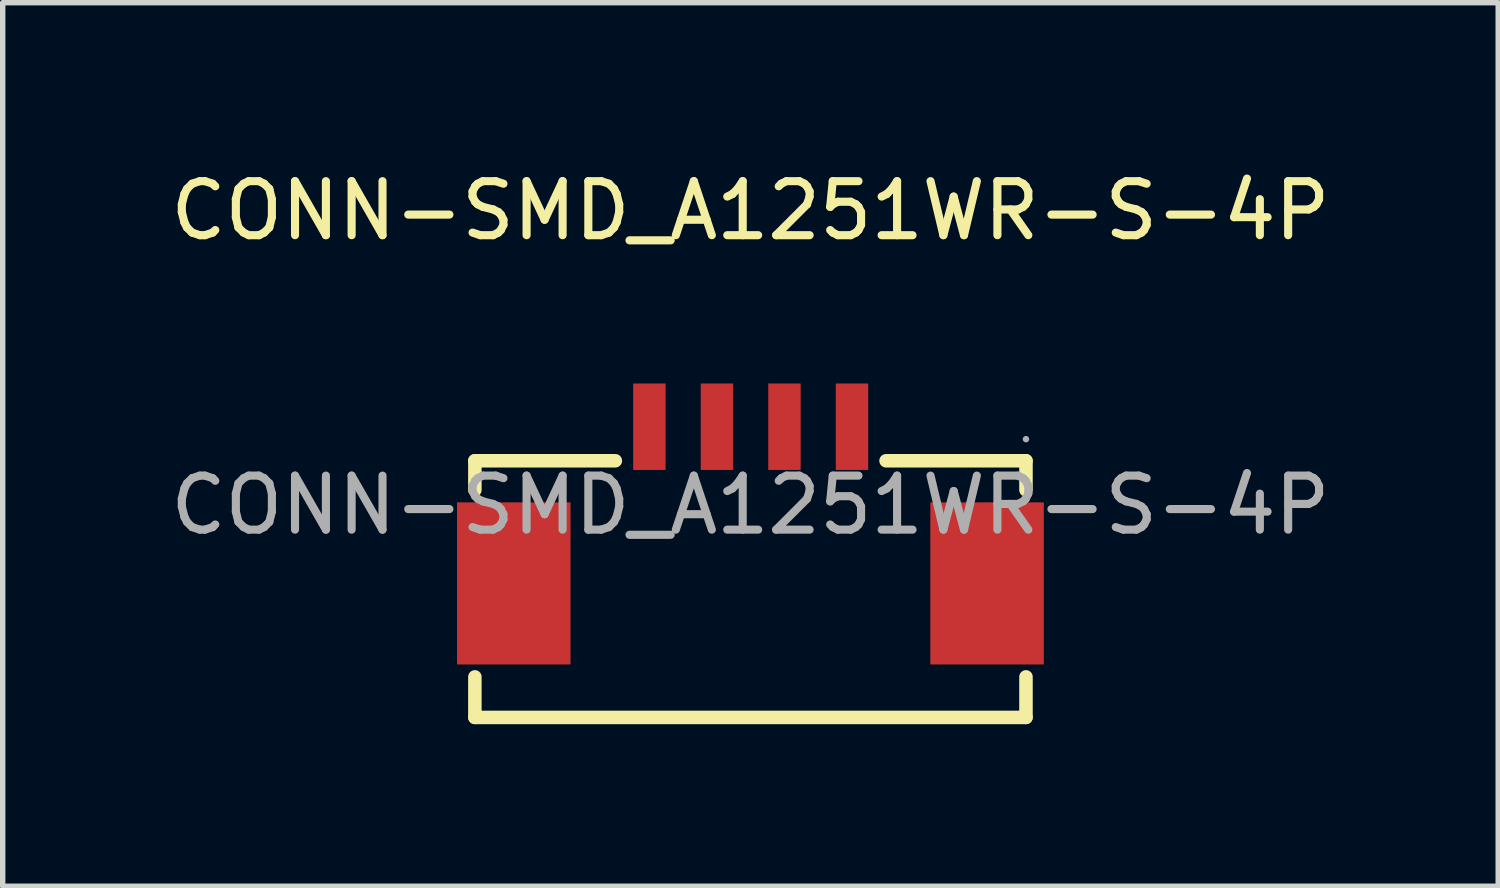
<source format=kicad_pcb>
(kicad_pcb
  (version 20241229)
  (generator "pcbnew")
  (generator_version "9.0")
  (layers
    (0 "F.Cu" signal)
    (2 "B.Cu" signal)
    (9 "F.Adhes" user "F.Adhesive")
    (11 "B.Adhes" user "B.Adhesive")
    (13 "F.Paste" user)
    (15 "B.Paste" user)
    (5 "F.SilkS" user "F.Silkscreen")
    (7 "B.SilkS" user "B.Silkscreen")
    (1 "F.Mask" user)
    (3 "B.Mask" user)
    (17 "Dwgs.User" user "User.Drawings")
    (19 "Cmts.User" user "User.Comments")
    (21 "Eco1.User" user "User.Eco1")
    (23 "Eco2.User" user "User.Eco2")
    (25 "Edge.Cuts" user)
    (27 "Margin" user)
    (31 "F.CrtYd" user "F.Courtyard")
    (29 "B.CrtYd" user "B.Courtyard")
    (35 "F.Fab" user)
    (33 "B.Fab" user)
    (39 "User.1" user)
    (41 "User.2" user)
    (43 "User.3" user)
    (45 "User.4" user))
  (footprint "CONN-SMD_A1251WR-S-4P"
    (layer "F.Cu")
    (at 10.839 6.298)
    (property "Reference" "CONN-SMD_A1251WR-S-4P" (at 0 -5.45 0) (layer "F.SilkS") (effects (font (size 1 1) (thickness 0.15))))
    (attr smd)
    (fp_line (start -5.1 -0.82) (end -2.5 -0.82) (stroke (width 0.25) (type solid)) (layer "F.SilkS"))
    (fp_line (start -5.1 -0.28) (end -5.1 -0.82) (stroke (width 0.25) (type solid)) (layer "F.SilkS"))
    (fp_line (start -5.1 3.93) (end -5.1 3.18) (stroke (width 0.25) (type solid)) (layer "F.SilkS"))
    (fp_line (start 2.51 -0.82) (end 5.1 -0.82) (stroke (width 0.25) (type solid)) (layer "F.SilkS"))
    (fp_line (start 5.1 -0.82) (end 5.1 -0.28) (stroke (width 0.25) (type solid)) (layer "F.SilkS"))
    (fp_line (start 5.1 3.18) (end 5.1 3.93) (stroke (width 0.25) (type solid)) (layer "F.SilkS"))
    (fp_line (start 5.1 3.93) (end -5.1 3.93) (stroke (width 0.25) (type solid)) (layer "F.SilkS"))
    (fp_circle (center 5.1 -1.22) (end 5.13 -1.22) (stroke (width 0.06) (type solid)) (fill no) (layer "F.Fab"))
    (fp_text user "${REFERENCE}" (at 0 0 0) (layer "F.Fab") (effects (font (size 1 1) (thickness 0.15))))
    (pad "1" smd rect (at 1.88 -1.45 180) (size 0.6 1.6) (layers "F.Cu" "F.Mask" "F.Paste"))
    (pad "2" smd rect (at 0.63 -1.45 180) (size 0.6 1.6) (layers "F.Cu" "F.Mask" "F.Paste"))
    (pad "3" smd rect (at -0.62 -1.45 180) (size 0.6 1.6) (layers "F.Cu" "F.Mask" "F.Paste"))
    (pad "4" smd rect (at -1.87 -1.45 180) (size 0.6 1.6) (layers "F.Cu" "F.Mask" "F.Paste"))
    (pad "5" smd rect (at -4.38 1.45) (size 2.1 3) (layers "F.Cu" "F.Mask" "F.Paste"))
    (pad "6" smd rect (at 4.38 1.45) (size 2.1 3) (layers "F.Cu" "F.Mask" "F.Paste")))
  (gr_rect
    (start -3 -3)
    (end 24.679 13.353)
    (stroke (width 0.1) (type default))
    (fill no)
    (layer "Edge.Cuts")))
</source>
